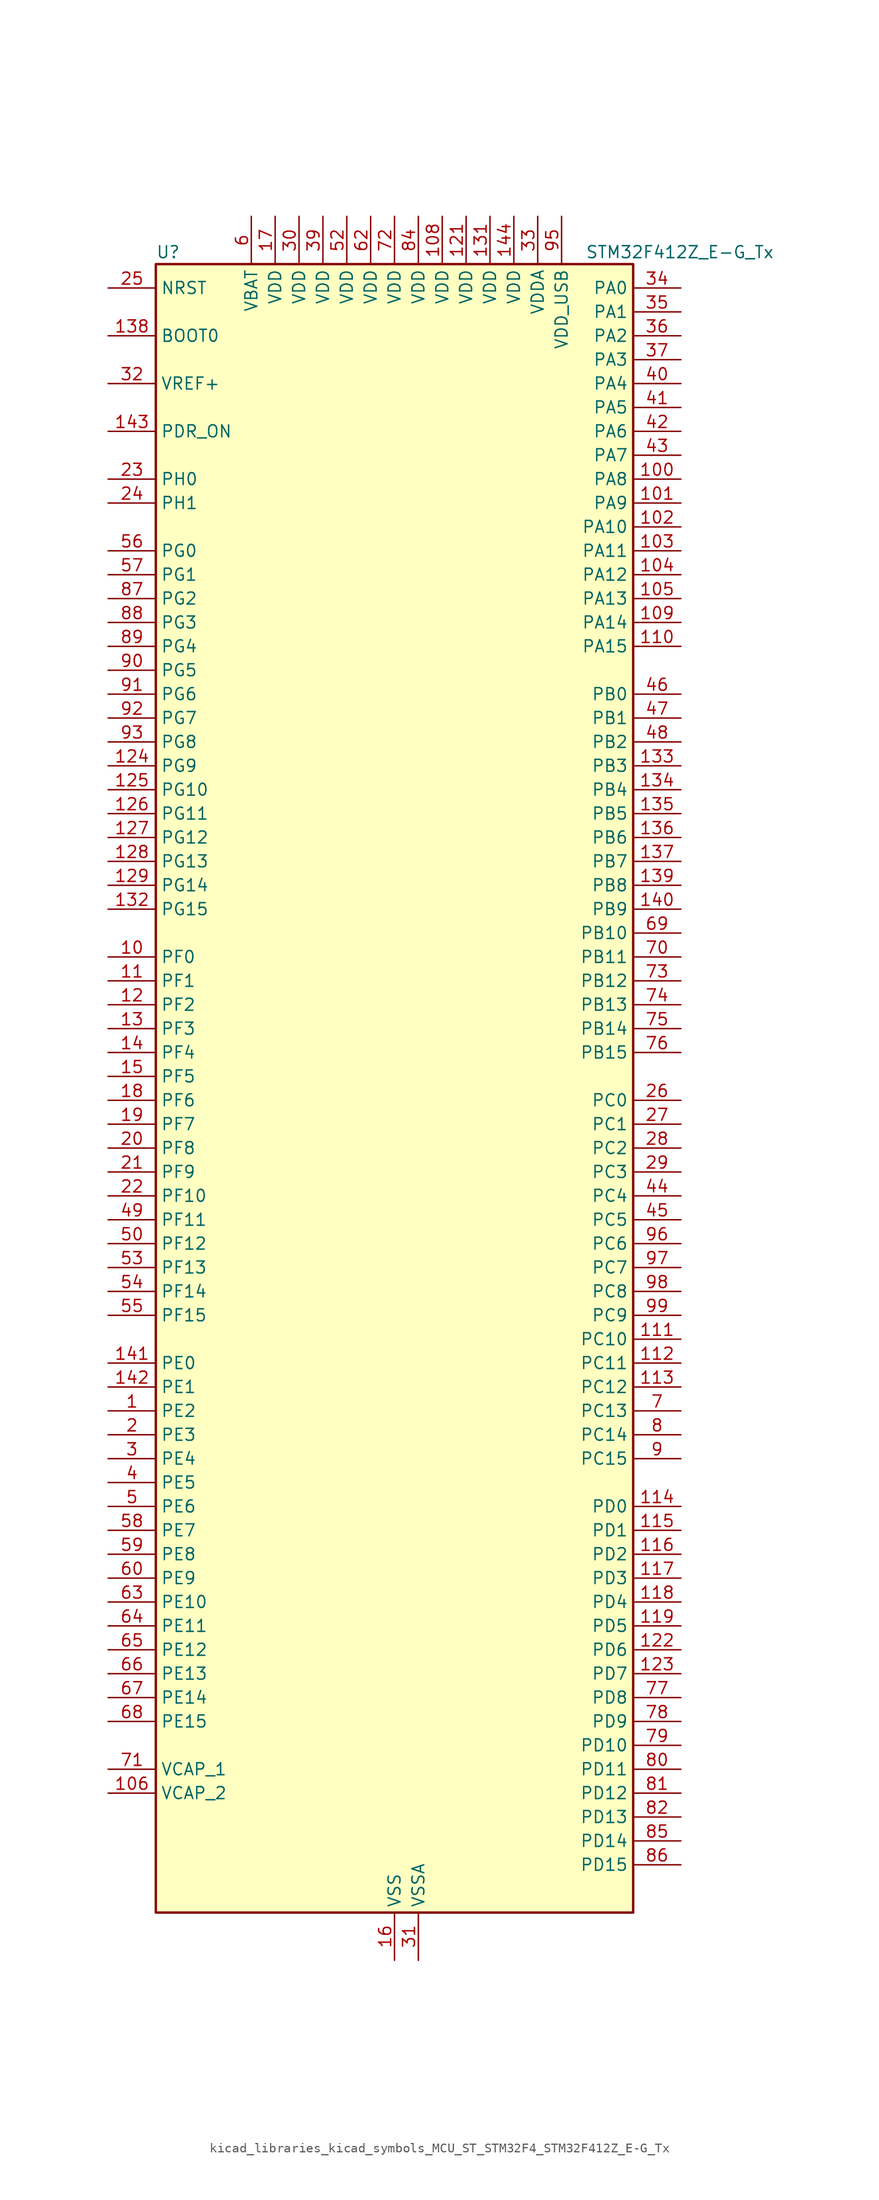
<source format=kicad_sym>
(kicad_symbol_lib
  (version 20220914)
  (generator kicad_symbol_editor)
  (symbol "kicad_libraries_kicad_symbols_MCU_ST_STM32F4_STM32F412Z_E-G_Tx"
    (property "Reference" "U"
      (at -25.4 90.17 0)
      (effects (font (size 1.27 1.27)) (justify left)))
    (property "Value" "STM32F412Z_E-G_Tx"
      (at 20.32 90.17 0)
      (effects (font (size 1.27 1.27)) (justify left)))
    (property "ki_locked" ""
      (at 0 0 0)
      (effects (font (size 1.27 1.27))))
    (symbol "kicad_libraries_kicad_symbols_MCU_ST_STM32F4_STM32F412Z_E-G_Tx_0_1"
      (rectangle (start -25.4 -86.36) (end 25.4 88.9) (stroke (width 0.254) (type default)) (fill (type background))))
    (symbol "kicad_libraries_kicad_symbols_MCU_ST_STM32F4_STM32F412Z_E-G_Tx_1_1"
      (pin bidirectional line (at -30.48 -33.02 0) (length 5.08) (name "PE2" (effects (font (size 1.27 1.27)))) (number "1" (effects (font (size 1.27 1.27)))) (alternate "FSMC_A23" bidirectional line) (alternate "I2S4_CK" bidirectional line) (alternate "I2S5_CK" bidirectional line) (alternate "QUADSPI_BK1_IO2" bidirectional line) (alternate "SPI4_SCK" bidirectional line) (alternate "SPI5_SCK" bidirectional line) (alternate "SYS_TRACECLK" bidirectional line))
      (pin bidirectional line (at -30.48 15.24 0) (length 5.08) (name "PF0" (effects (font (size 1.27 1.27)))) (number "10" (effects (font (size 1.27 1.27)))) (alternate "FSMC_A0" bidirectional line) (alternate "I2C2_SDA" bidirectional line))
      (pin bidirectional line (at 30.48 66.04 180) (length 5.08) (name "PA8" (effects (font (size 1.27 1.27)))) (number "100" (effects (font (size 1.27 1.27)))) (alternate "I2C3_SCL" bidirectional line) (alternate "RCC_MCO_1" bidirectional line) (alternate "SDIO_D1" bidirectional line) (alternate "TIM1_CH1" bidirectional line) (alternate "USART1_CK" bidirectional line) (alternate "USB_OTG_FS_SOF" bidirectional line))
      (pin bidirectional line (at 30.48 63.5 180) (length 5.08) (name "PA9" (effects (font (size 1.27 1.27)))) (number "101" (effects (font (size 1.27 1.27)))) (alternate "I2C3_SMBA" bidirectional line) (alternate "SDIO_D2" bidirectional line) (alternate "TIM1_CH2" bidirectional line) (alternate "USART1_TX" bidirectional line) (alternate "USB_OTG_FS_VBUS" bidirectional line))
      (pin bidirectional line (at 30.48 60.96 180) (length 5.08) (name "PA10" (effects (font (size 1.27 1.27)))) (number "102" (effects (font (size 1.27 1.27)))) (alternate "I2S5_SD" bidirectional line) (alternate "SPI5_MOSI" bidirectional line) (alternate "TIM1_CH3" bidirectional line) (alternate "USART1_RX" bidirectional line) (alternate "USB_OTG_FS_ID" bidirectional line))
      (pin bidirectional line (at 30.48 58.42 180) (length 5.08) (name "PA11" (effects (font (size 1.27 1.27)))) (number "103" (effects (font (size 1.27 1.27)))) (alternate "ADC1_EXTI11" bidirectional line) (alternate "CAN1_RX" bidirectional line) (alternate "SPI4_MISO" bidirectional line) (alternate "TIM1_CH4" bidirectional line) (alternate "USART1_CTS" bidirectional line) (alternate "USART6_TX" bidirectional line) (alternate "USB_OTG_FS_DM" bidirectional line))
      (pin bidirectional line (at 30.48 55.88 180) (length 5.08) (name "PA12" (effects (font (size 1.27 1.27)))) (number "104" (effects (font (size 1.27 1.27)))) (alternate "CAN1_TX" bidirectional line) (alternate "SPI5_MISO" bidirectional line) (alternate "TIM1_ETR" bidirectional line) (alternate "USART1_RTS" bidirectional line) (alternate "USART6_RX" bidirectional line) (alternate "USB_OTG_FS_DP" bidirectional line))
      (pin bidirectional line (at 30.48 53.34 180) (length 5.08) (name "PA13" (effects (font (size 1.27 1.27)))) (number "105" (effects (font (size 1.27 1.27)))) (alternate "SYS_JTMS-SWDIO" bidirectional line))
      (pin power_out line (at -30.48 -73.66 0) (length 5.08) (name "VCAP_2" (effects (font (size 1.27 1.27)))) (number "106" (effects (font (size 1.27 1.27)))))
      (pin passive line (at 0 -91.44 90) (length 5.08) hide (name "VSS" (effects (font (size 1.27 1.27)))) (number "107" (effects (font (size 1.27 1.27)))))
      (pin power_in line (at 5.08 93.98 270) (length 5.08) (name "VDD" (effects (font (size 1.27 1.27)))) (number "108" (effects (font (size 1.27 1.27)))))
      (pin bidirectional line (at 30.48 50.8 180) (length 5.08) (name "PA14" (effects (font (size 1.27 1.27)))) (number "109" (effects (font (size 1.27 1.27)))) (alternate "SYS_JTCK-SWCLK" bidirectional line))
      (pin bidirectional line (at -30.48 12.7 0) (length 5.08) (name "PF1" (effects (font (size 1.27 1.27)))) (number "11" (effects (font (size 1.27 1.27)))) (alternate "FSMC_A1" bidirectional line) (alternate "I2C2_SCL" bidirectional line))
      (pin bidirectional line (at 30.48 48.26 180) (length 5.08) (name "PA15" (effects (font (size 1.27 1.27)))) (number "110" (effects (font (size 1.27 1.27)))) (alternate "ADC1_EXTI15" bidirectional line) (alternate "I2S1_WS" bidirectional line) (alternate "I2S3_WS" bidirectional line) (alternate "SPI1_NSS" bidirectional line) (alternate "SPI3_NSS" bidirectional line) (alternate "SYS_JTDI" bidirectional line) (alternate "TIM2_CH1" bidirectional line) (alternate "TIM2_ETR" bidirectional line) (alternate "USART1_TX" bidirectional line))
      (pin bidirectional line (at 30.48 -25.4 180) (length 5.08) (name "PC10" (effects (font (size 1.27 1.27)))) (number "111" (effects (font (size 1.27 1.27)))) (alternate "I2S3_CK" bidirectional line) (alternate "QUADSPI_BK1_IO1" bidirectional line) (alternate "SDIO_D2" bidirectional line) (alternate "SPI3_SCK" bidirectional line) (alternate "USART3_TX" bidirectional line))
      (pin bidirectional line (at 30.48 -27.94 180) (length 5.08) (name "PC11" (effects (font (size 1.27 1.27)))) (number "112" (effects (font (size 1.27 1.27)))) (alternate "ADC1_EXTI11" bidirectional line) (alternate "FSMC_D2" bidirectional line) (alternate "FSMC_DA2" bidirectional line) (alternate "I2S3_ext_SD" bidirectional line) (alternate "QUADSPI_BK2_NCS" bidirectional line) (alternate "SDIO_D3" bidirectional line) (alternate "SPI3_MISO" bidirectional line) (alternate "USART3_RX" bidirectional line))
      (pin bidirectional line (at 30.48 -30.48 180) (length 5.08) (name "PC12" (effects (font (size 1.27 1.27)))) (number "113" (effects (font (size 1.27 1.27)))) (alternate "FSMC_D3" bidirectional line) (alternate "FSMC_DA3" bidirectional line) (alternate "I2S3_SD" bidirectional line) (alternate "SDIO_CK" bidirectional line) (alternate "SPI3_MOSI" bidirectional line) (alternate "USART3_CK" bidirectional line))
      (pin bidirectional line (at 30.48 -43.18 180) (length 5.08) (name "PD0" (effects (font (size 1.27 1.27)))) (number "114" (effects (font (size 1.27 1.27)))) (alternate "CAN1_RX" bidirectional line) (alternate "FSMC_D2" bidirectional line) (alternate "FSMC_DA2" bidirectional line))
      (pin bidirectional line (at 30.48 -45.72 180) (length 5.08) (name "PD1" (effects (font (size 1.27 1.27)))) (number "115" (effects (font (size 1.27 1.27)))) (alternate "CAN1_TX" bidirectional line) (alternate "FSMC_D3" bidirectional line) (alternate "FSMC_DA3" bidirectional line))
      (pin bidirectional line (at 30.48 -48.26 180) (length 5.08) (name "PD2" (effects (font (size 1.27 1.27)))) (number "116" (effects (font (size 1.27 1.27)))) (alternate "FSMC_NWE" bidirectional line) (alternate "SDIO_CMD" bidirectional line) (alternate "TIM3_ETR" bidirectional line))
      (pin bidirectional line (at 30.48 -50.8 180) (length 5.08) (name "PD3" (effects (font (size 1.27 1.27)))) (number "117" (effects (font (size 1.27 1.27)))) (alternate "DFSDM1_DATIN0" bidirectional line) (alternate "FSMC_CLK" bidirectional line) (alternate "I2S2_CK" bidirectional line) (alternate "QUADSPI_CLK" bidirectional line) (alternate "SPI2_SCK" bidirectional line) (alternate "SYS_TRACED1" bidirectional line) (alternate "USART2_CTS" bidirectional line))
      (pin bidirectional line (at 30.48 -53.34 180) (length 5.08) (name "PD4" (effects (font (size 1.27 1.27)))) (number "118" (effects (font (size 1.27 1.27)))) (alternate "DFSDM1_CKIN0" bidirectional line) (alternate "FSMC_NOE" bidirectional line) (alternate "USART2_RTS" bidirectional line))
      (pin bidirectional line (at 30.48 -55.88 180) (length 5.08) (name "PD5" (effects (font (size 1.27 1.27)))) (number "119" (effects (font (size 1.27 1.27)))) (alternate "FSMC_NWE" bidirectional line) (alternate "USART2_TX" bidirectional line))
      (pin bidirectional line (at -30.48 10.16 0) (length 5.08) (name "PF2" (effects (font (size 1.27 1.27)))) (number "12" (effects (font (size 1.27 1.27)))) (alternate "FSMC_A2" bidirectional line) (alternate "I2C2_SMBA" bidirectional line))
      (pin passive line (at 0 -91.44 90) (length 5.08) hide (name "VSS" (effects (font (size 1.27 1.27)))) (number "120" (effects (font (size 1.27 1.27)))))
      (pin power_in line (at 7.62 93.98 270) (length 5.08) (name "VDD" (effects (font (size 1.27 1.27)))) (number "121" (effects (font (size 1.27 1.27)))))
      (pin bidirectional line (at 30.48 -58.42 180) (length 5.08) (name "PD6" (effects (font (size 1.27 1.27)))) (number "122" (effects (font (size 1.27 1.27)))) (alternate "DFSDM1_DATIN1" bidirectional line) (alternate "FSMC_NWAIT" bidirectional line) (alternate "I2S3_SD" bidirectional line) (alternate "SPI3_MOSI" bidirectional line) (alternate "USART2_RX" bidirectional line))
      (pin bidirectional line (at 30.48 -60.96 180) (length 5.08) (name "PD7" (effects (font (size 1.27 1.27)))) (number "123" (effects (font (size 1.27 1.27)))) (alternate "DFSDM1_CKIN1" bidirectional line) (alternate "FSMC_NE1" bidirectional line) (alternate "USART2_CK" bidirectional line))
      (pin bidirectional line (at -30.48 35.56 0) (length 5.08) (name "PG9" (effects (font (size 1.27 1.27)))) (number "124" (effects (font (size 1.27 1.27)))) (alternate "FSMC_NE2" bidirectional line) (alternate "QUADSPI_BK2_IO2" bidirectional line) (alternate "USART6_RX" bidirectional line))
      (pin bidirectional line (at -30.48 33.02 0) (length 5.08) (name "PG10" (effects (font (size 1.27 1.27)))) (number "125" (effects (font (size 1.27 1.27)))) (alternate "FSMC_NE3" bidirectional line))
      (pin bidirectional line (at -30.48 30.48 0) (length 5.08) (name "PG11" (effects (font (size 1.27 1.27)))) (number "126" (effects (font (size 1.27 1.27)))) (alternate "ADC1_EXTI11" bidirectional line) (alternate "CAN2_RX" bidirectional line))
      (pin bidirectional line (at -30.48 27.94 0) (length 5.08) (name "PG12" (effects (font (size 1.27 1.27)))) (number "127" (effects (font (size 1.27 1.27)))) (alternate "CAN2_TX" bidirectional line) (alternate "FSMC_NE4" bidirectional line) (alternate "USART6_RTS" bidirectional line))
      (pin bidirectional line (at -30.48 25.4 0) (length 5.08) (name "PG13" (effects (font (size 1.27 1.27)))) (number "128" (effects (font (size 1.27 1.27)))) (alternate "FSMC_A24" bidirectional line) (alternate "SYS_TRACED2" bidirectional line) (alternate "USART6_CTS" bidirectional line))
      (pin bidirectional line (at -30.48 22.86 0) (length 5.08) (name "PG14" (effects (font (size 1.27 1.27)))) (number "129" (effects (font (size 1.27 1.27)))) (alternate "FSMC_A25" bidirectional line) (alternate "QUADSPI_BK2_IO3" bidirectional line) (alternate "SYS_TRACED3" bidirectional line) (alternate "USART6_TX" bidirectional line))
      (pin bidirectional line (at -30.48 7.62 0) (length 5.08) (name "PF3" (effects (font (size 1.27 1.27)))) (number "13" (effects (font (size 1.27 1.27)))) (alternate "FSMC_A3" bidirectional line) (alternate "TIM5_CH1" bidirectional line))
      (pin passive line (at 0 -91.44 90) (length 5.08) hide (name "VSS" (effects (font (size 1.27 1.27)))) (number "130" (effects (font (size 1.27 1.27)))))
      (pin power_in line (at 10.16 93.98 270) (length 5.08) (name "VDD" (effects (font (size 1.27 1.27)))) (number "131" (effects (font (size 1.27 1.27)))))
      (pin bidirectional line (at -30.48 20.32 0) (length 5.08) (name "PG15" (effects (font (size 1.27 1.27)))) (number "132" (effects (font (size 1.27 1.27)))) (alternate "ADC1_EXTI15" bidirectional line) (alternate "USART6_CTS" bidirectional line))
      (pin bidirectional line (at 30.48 35.56 180) (length 5.08) (name "PB3" (effects (font (size 1.27 1.27)))) (number "133" (effects (font (size 1.27 1.27)))) (alternate "FMPI2C1_SDA" bidirectional line) (alternate "I2C2_SDA" bidirectional line) (alternate "I2S1_CK" bidirectional line) (alternate "I2S3_CK" bidirectional line) (alternate "SPI1_SCK" bidirectional line) (alternate "SPI3_SCK" bidirectional line) (alternate "SYS_JTDO-SWO" bidirectional line) (alternate "TIM2_CH2" bidirectional line) (alternate "USART1_RX" bidirectional line))
      (pin bidirectional line (at 30.48 33.02 180) (length 5.08) (name "PB4" (effects (font (size 1.27 1.27)))) (number "134" (effects (font (size 1.27 1.27)))) (alternate "I2C3_SDA" bidirectional line) (alternate "I2S3_ext_SD" bidirectional line) (alternate "SDIO_D0" bidirectional line) (alternate "SPI1_MISO" bidirectional line) (alternate "SPI3_MISO" bidirectional line) (alternate "SYS_JTRST" bidirectional line) (alternate "TIM3_CH1" bidirectional line))
      (pin bidirectional line (at 30.48 30.48 180) (length 5.08) (name "PB5" (effects (font (size 1.27 1.27)))) (number "135" (effects (font (size 1.27 1.27)))) (alternate "CAN2_RX" bidirectional line) (alternate "I2C1_SMBA" bidirectional line) (alternate "I2S1_SD" bidirectional line) (alternate "I2S3_SD" bidirectional line) (alternate "SDIO_D3" bidirectional line) (alternate "SPI1_MOSI" bidirectional line) (alternate "SPI3_MOSI" bidirectional line) (alternate "TIM3_CH2" bidirectional line))
      (pin bidirectional line (at 30.48 27.94 180) (length 5.08) (name "PB6" (effects (font (size 1.27 1.27)))) (number "136" (effects (font (size 1.27 1.27)))) (alternate "CAN2_TX" bidirectional line) (alternate "I2C1_SCL" bidirectional line) (alternate "QUADSPI_BK1_NCS" bidirectional line) (alternate "SDIO_D0" bidirectional line) (alternate "TIM4_CH1" bidirectional line) (alternate "USART1_TX" bidirectional line))
      (pin bidirectional line (at 30.48 25.4 180) (length 5.08) (name "PB7" (effects (font (size 1.27 1.27)))) (number "137" (effects (font (size 1.27 1.27)))) (alternate "FSMC_NL" bidirectional line) (alternate "I2C1_SDA" bidirectional line) (alternate "TIM4_CH2" bidirectional line) (alternate "USART1_RX" bidirectional line))
      (pin input line (at -30.48 81.28 0) (length 5.08) (name "BOOT0" (effects (font (size 1.27 1.27)))) (number "138" (effects (font (size 1.27 1.27)))))
      (pin bidirectional line (at 30.48 22.86 180) (length 5.08) (name "PB8" (effects (font (size 1.27 1.27)))) (number "139" (effects (font (size 1.27 1.27)))) (alternate "CAN1_RX" bidirectional line) (alternate "I2C1_SCL" bidirectional line) (alternate "I2C3_SDA" bidirectional line) (alternate "I2S5_SD" bidirectional line) (alternate "SDIO_D4" bidirectional line) (alternate "SPI5_MOSI" bidirectional line) (alternate "TIM10_CH1" bidirectional line) (alternate "TIM4_CH3" bidirectional line))
      (pin bidirectional line (at -30.48 5.08 0) (length 5.08) (name "PF4" (effects (font (size 1.27 1.27)))) (number "14" (effects (font (size 1.27 1.27)))) (alternate "FSMC_A4" bidirectional line) (alternate "TIM5_CH2" bidirectional line))
      (pin bidirectional line (at 30.48 20.32 180) (length 5.08) (name "PB9" (effects (font (size 1.27 1.27)))) (number "140" (effects (font (size 1.27 1.27)))) (alternate "CAN1_TX" bidirectional line) (alternate "I2C1_SDA" bidirectional line) (alternate "I2C2_SDA" bidirectional line) (alternate "I2S2_WS" bidirectional line) (alternate "SDIO_D5" bidirectional line) (alternate "SPI2_NSS" bidirectional line) (alternate "TIM11_CH1" bidirectional line) (alternate "TIM4_CH4" bidirectional line))
      (pin bidirectional line (at -30.48 -27.94 0) (length 5.08) (name "PE0" (effects (font (size 1.27 1.27)))) (number "141" (effects (font (size 1.27 1.27)))) (alternate "FSMC_NBL0" bidirectional line) (alternate "TIM4_ETR" bidirectional line))
      (pin bidirectional line (at -30.48 -30.48 0) (length 5.08) (name "PE1" (effects (font (size 1.27 1.27)))) (number "142" (effects (font (size 1.27 1.27)))) (alternate "FSMC_NBL1" bidirectional line))
      (pin input line (at -30.48 71.12 0) (length 5.08) (name "PDR_ON" (effects (font (size 1.27 1.27)))) (number "143" (effects (font (size 1.27 1.27)))))
      (pin power_in line (at 12.7 93.98 270) (length 5.08) (name "VDD" (effects (font (size 1.27 1.27)))) (number "144" (effects (font (size 1.27 1.27)))))
      (pin bidirectional line (at -30.48 2.54 0) (length 5.08) (name "PF5" (effects (font (size 1.27 1.27)))) (number "15" (effects (font (size 1.27 1.27)))) (alternate "FSMC_A5" bidirectional line) (alternate "TIM5_CH3" bidirectional line))
      (pin power_in line (at 0 -91.44 90) (length 5.08) (name "VSS" (effects (font (size 1.27 1.27)))) (number "16" (effects (font (size 1.27 1.27)))))
      (pin power_in line (at -12.7 93.98 270) (length 5.08) (name "VDD" (effects (font (size 1.27 1.27)))) (number "17" (effects (font (size 1.27 1.27)))))
      (pin bidirectional line (at -30.48 0 0) (length 5.08) (name "PF6" (effects (font (size 1.27 1.27)))) (number "18" (effects (font (size 1.27 1.27)))) (alternate "QUADSPI_BK1_IO3" bidirectional line) (alternate "SYS_TRACED0" bidirectional line) (alternate "TIM10_CH1" bidirectional line))
      (pin bidirectional line (at -30.48 -2.54 0) (length 5.08) (name "PF7" (effects (font (size 1.27 1.27)))) (number "19" (effects (font (size 1.27 1.27)))) (alternate "QUADSPI_BK1_IO2" bidirectional line) (alternate "SYS_TRACED1" bidirectional line) (alternate "TIM11_CH1" bidirectional line))
      (pin bidirectional line (at -30.48 -35.56 0) (length 5.08) (name "PE3" (effects (font (size 1.27 1.27)))) (number "2" (effects (font (size 1.27 1.27)))) (alternate "FSMC_A19" bidirectional line) (alternate "SYS_TRACED0" bidirectional line))
      (pin bidirectional line (at -30.48 -5.08 0) (length 5.08) (name "PF8" (effects (font (size 1.27 1.27)))) (number "20" (effects (font (size 1.27 1.27)))) (alternate "QUADSPI_BK1_IO0" bidirectional line) (alternate "TIM13_CH1" bidirectional line))
      (pin bidirectional line (at -30.48 -7.62 0) (length 5.08) (name "PF9" (effects (font (size 1.27 1.27)))) (number "21" (effects (font (size 1.27 1.27)))) (alternate "QUADSPI_BK1_IO1" bidirectional line) (alternate "TIM14_CH1" bidirectional line))
      (pin bidirectional line (at -30.48 -10.16 0) (length 5.08) (name "PF10" (effects (font (size 1.27 1.27)))) (number "22" (effects (font (size 1.27 1.27)))) (alternate "TIM1_ETR" bidirectional line) (alternate "TIM5_CH4" bidirectional line))
      (pin bidirectional line (at -30.48 66.04 0) (length 5.08) (name "PH0" (effects (font (size 1.27 1.27)))) (number "23" (effects (font (size 1.27 1.27)))) (alternate "RCC_OSC_IN" bidirectional line))
      (pin bidirectional line (at -30.48 63.5 0) (length 5.08) (name "PH1" (effects (font (size 1.27 1.27)))) (number "24" (effects (font (size 1.27 1.27)))) (alternate "RCC_OSC_OUT" bidirectional line))
      (pin input line (at -30.48 86.36 0) (length 5.08) (name "NRST" (effects (font (size 1.27 1.27)))) (number "25" (effects (font (size 1.27 1.27)))))
      (pin bidirectional line (at 30.48 0 180) (length 5.08) (name "PC0" (effects (font (size 1.27 1.27)))) (number "26" (effects (font (size 1.27 1.27)))) (alternate "ADC1_IN10" bidirectional line) (alternate "SYS_WKUP2" bidirectional line))
      (pin bidirectional line (at 30.48 -2.54 180) (length 5.08) (name "PC1" (effects (font (size 1.27 1.27)))) (number "27" (effects (font (size 1.27 1.27)))) (alternate "ADC1_IN11" bidirectional line) (alternate "SYS_WKUP3" bidirectional line))
      (pin bidirectional line (at 30.48 -5.08 180) (length 5.08) (name "PC2" (effects (font (size 1.27 1.27)))) (number "28" (effects (font (size 1.27 1.27)))) (alternate "ADC1_IN12" bidirectional line) (alternate "DFSDM1_CKOUT" bidirectional line) (alternate "FSMC_NWE" bidirectional line) (alternate "I2S2_ext_SD" bidirectional line) (alternate "SPI2_MISO" bidirectional line))
      (pin bidirectional line (at 30.48 -7.62 180) (length 5.08) (name "PC3" (effects (font (size 1.27 1.27)))) (number "29" (effects (font (size 1.27 1.27)))) (alternate "ADC1_IN13" bidirectional line) (alternate "FSMC_A0" bidirectional line) (alternate "I2S2_SD" bidirectional line) (alternate "SPI2_MOSI" bidirectional line))
      (pin bidirectional line (at -30.48 -38.1 0) (length 5.08) (name "PE4" (effects (font (size 1.27 1.27)))) (number "3" (effects (font (size 1.27 1.27)))) (alternate "DFSDM1_DATIN3" bidirectional line) (alternate "FSMC_A20" bidirectional line) (alternate "I2S4_WS" bidirectional line) (alternate "I2S5_WS" bidirectional line) (alternate "SPI4_NSS" bidirectional line) (alternate "SPI5_NSS" bidirectional line) (alternate "SYS_TRACED1" bidirectional line))
      (pin power_in line (at -10.16 93.98 270) (length 5.08) (name "VDD" (effects (font (size 1.27 1.27)))) (number "30" (effects (font (size 1.27 1.27)))))
      (pin power_in line (at 2.54 -91.44 90) (length 5.08) (name "VSSA" (effects (font (size 1.27 1.27)))) (number "31" (effects (font (size 1.27 1.27)))))
      (pin input line (at -30.48 76.2 0) (length 5.08) (name "VREF+" (effects (font (size 1.27 1.27)))) (number "32" (effects (font (size 1.27 1.27)))))
      (pin power_in line (at 15.24 93.98 270) (length 5.08) (name "VDDA" (effects (font (size 1.27 1.27)))) (number "33" (effects (font (size 1.27 1.27)))))
      (pin bidirectional line (at 30.48 86.36 180) (length 5.08) (name "PA0" (effects (font (size 1.27 1.27)))) (number "34" (effects (font (size 1.27 1.27)))) (alternate "ADC1_IN0" bidirectional line) (alternate "SYS_WKUP1" bidirectional line) (alternate "TIM2_CH1" bidirectional line) (alternate "TIM2_ETR" bidirectional line) (alternate "TIM5_CH1" bidirectional line) (alternate "TIM8_ETR" bidirectional line) (alternate "USART2_CTS" bidirectional line))
      (pin bidirectional line (at 30.48 83.82 180) (length 5.08) (name "PA1" (effects (font (size 1.27 1.27)))) (number "35" (effects (font (size 1.27 1.27)))) (alternate "ADC1_IN1" bidirectional line) (alternate "I2S4_SD" bidirectional line) (alternate "QUADSPI_BK1_IO3" bidirectional line) (alternate "SPI4_MOSI" bidirectional line) (alternate "TIM2_CH2" bidirectional line) (alternate "TIM5_CH2" bidirectional line) (alternate "USART2_RTS" bidirectional line))
      (pin bidirectional line (at 30.48 81.28 180) (length 5.08) (name "PA2" (effects (font (size 1.27 1.27)))) (number "36" (effects (font (size 1.27 1.27)))) (alternate "ADC1_IN2" bidirectional line) (alternate "FSMC_D4" bidirectional line) (alternate "FSMC_DA4" bidirectional line) (alternate "I2S_CKIN" bidirectional line) (alternate "TIM2_CH3" bidirectional line) (alternate "TIM5_CH3" bidirectional line) (alternate "TIM9_CH1" bidirectional line) (alternate "USART2_TX" bidirectional line))
      (pin bidirectional line (at 30.48 78.74 180) (length 5.08) (name "PA3" (effects (font (size 1.27 1.27)))) (number "37" (effects (font (size 1.27 1.27)))) (alternate "ADC1_IN3" bidirectional line) (alternate "FSMC_D5" bidirectional line) (alternate "FSMC_DA5" bidirectional line) (alternate "I2S2_MCK" bidirectional line) (alternate "TIM2_CH4" bidirectional line) (alternate "TIM5_CH4" bidirectional line) (alternate "TIM9_CH2" bidirectional line) (alternate "USART2_RX" bidirectional line))
      (pin passive line (at 0 -91.44 90) (length 5.08) hide (name "VSS" (effects (font (size 1.27 1.27)))) (number "38" (effects (font (size 1.27 1.27)))))
      (pin power_in line (at -7.62 93.98 270) (length 5.08) (name "VDD" (effects (font (size 1.27 1.27)))) (number "39" (effects (font (size 1.27 1.27)))))
      (pin bidirectional line (at -30.48 -40.64 0) (length 5.08) (name "PE5" (effects (font (size 1.27 1.27)))) (number "4" (effects (font (size 1.27 1.27)))) (alternate "DFSDM1_CKIN3" bidirectional line) (alternate "FSMC_A21" bidirectional line) (alternate "SPI4_MISO" bidirectional line) (alternate "SPI5_MISO" bidirectional line) (alternate "SYS_TRACED2" bidirectional line) (alternate "TIM9_CH1" bidirectional line))
      (pin bidirectional line (at 30.48 76.2 180) (length 5.08) (name "PA4" (effects (font (size 1.27 1.27)))) (number "40" (effects (font (size 1.27 1.27)))) (alternate "ADC1_IN4" bidirectional line) (alternate "DFSDM1_DATIN1" bidirectional line) (alternate "FSMC_D6" bidirectional line) (alternate "FSMC_DA6" bidirectional line) (alternate "I2S1_WS" bidirectional line) (alternate "I2S3_WS" bidirectional line) (alternate "SPI1_NSS" bidirectional line) (alternate "SPI3_NSS" bidirectional line) (alternate "USART2_CK" bidirectional line))
      (pin bidirectional line (at 30.48 73.66 180) (length 5.08) (name "PA5" (effects (font (size 1.27 1.27)))) (number "41" (effects (font (size 1.27 1.27)))) (alternate "ADC1_IN5" bidirectional line) (alternate "DFSDM1_CKIN1" bidirectional line) (alternate "FSMC_D7" bidirectional line) (alternate "FSMC_DA7" bidirectional line) (alternate "I2S1_CK" bidirectional line) (alternate "SPI1_SCK" bidirectional line) (alternate "TIM2_CH1" bidirectional line) (alternate "TIM2_ETR" bidirectional line) (alternate "TIM8_CH1N" bidirectional line))
      (pin bidirectional line (at 30.48 71.12 180) (length 5.08) (name "PA6" (effects (font (size 1.27 1.27)))) (number "42" (effects (font (size 1.27 1.27)))) (alternate "ADC1_IN6" bidirectional line) (alternate "I2S2_MCK" bidirectional line) (alternate "QUADSPI_BK2_IO0" bidirectional line) (alternate "SDIO_CMD" bidirectional line) (alternate "SPI1_MISO" bidirectional line) (alternate "TIM13_CH1" bidirectional line) (alternate "TIM1_BKIN" bidirectional line) (alternate "TIM3_CH1" bidirectional line) (alternate "TIM8_BKIN" bidirectional line))
      (pin bidirectional line (at 30.48 68.58 180) (length 5.08) (name "PA7" (effects (font (size 1.27 1.27)))) (number "43" (effects (font (size 1.27 1.27)))) (alternate "ADC1_IN7" bidirectional line) (alternate "I2S1_SD" bidirectional line) (alternate "QUADSPI_BK2_IO1" bidirectional line) (alternate "SPI1_MOSI" bidirectional line) (alternate "TIM14_CH1" bidirectional line) (alternate "TIM1_CH1N" bidirectional line) (alternate "TIM3_CH2" bidirectional line) (alternate "TIM8_CH1N" bidirectional line))
      (pin bidirectional line (at 30.48 -10.16 180) (length 5.08) (name "PC4" (effects (font (size 1.27 1.27)))) (number "44" (effects (font (size 1.27 1.27)))) (alternate "ADC1_IN14" bidirectional line) (alternate "FSMC_NE4" bidirectional line) (alternate "I2S1_MCK" bidirectional line) (alternate "QUADSPI_BK2_IO2" bidirectional line))
      (pin bidirectional line (at 30.48 -12.7 180) (length 5.08) (name "PC5" (effects (font (size 1.27 1.27)))) (number "45" (effects (font (size 1.27 1.27)))) (alternate "ADC1_IN15" bidirectional line) (alternate "FMPI2C1_SMBA" bidirectional line) (alternate "FSMC_NOE" bidirectional line) (alternate "QUADSPI_BK2_IO3" bidirectional line) (alternate "USART3_RX" bidirectional line))
      (pin bidirectional line (at 30.48 43.18 180) (length 5.08) (name "PB0" (effects (font (size 1.27 1.27)))) (number "46" (effects (font (size 1.27 1.27)))) (alternate "ADC1_IN8" bidirectional line) (alternate "I2S5_CK" bidirectional line) (alternate "SPI5_SCK" bidirectional line) (alternate "TIM1_CH2N" bidirectional line) (alternate "TIM3_CH3" bidirectional line) (alternate "TIM8_CH2N" bidirectional line))
      (pin bidirectional line (at 30.48 40.64 180) (length 5.08) (name "PB1" (effects (font (size 1.27 1.27)))) (number "47" (effects (font (size 1.27 1.27)))) (alternate "ADC1_IN9" bidirectional line) (alternate "DFSDM1_DATIN0" bidirectional line) (alternate "I2S5_WS" bidirectional line) (alternate "QUADSPI_CLK" bidirectional line) (alternate "SPI5_NSS" bidirectional line) (alternate "TIM1_CH3N" bidirectional line) (alternate "TIM3_CH4" bidirectional line) (alternate "TIM8_CH3N" bidirectional line))
      (pin bidirectional line (at 30.48 38.1 180) (length 5.08) (name "PB2" (effects (font (size 1.27 1.27)))) (number "48" (effects (font (size 1.27 1.27)))) (alternate "DFSDM1_CKIN0" bidirectional line) (alternate "QUADSPI_CLK" bidirectional line))
      (pin bidirectional line (at -30.48 -12.7 0) (length 5.08) (name "PF11" (effects (font (size 1.27 1.27)))) (number "49" (effects (font (size 1.27 1.27)))) (alternate "ADC1_EXTI11" bidirectional line) (alternate "TIM8_ETR" bidirectional line))
      (pin bidirectional line (at -30.48 -43.18 0) (length 5.08) (name "PE6" (effects (font (size 1.27 1.27)))) (number "5" (effects (font (size 1.27 1.27)))) (alternate "FSMC_A22" bidirectional line) (alternate "I2S4_SD" bidirectional line) (alternate "I2S5_SD" bidirectional line) (alternate "SPI4_MOSI" bidirectional line) (alternate "SPI5_MOSI" bidirectional line) (alternate "SYS_TRACED3" bidirectional line) (alternate "TIM9_CH2" bidirectional line))
      (pin bidirectional line (at -30.48 -15.24 0) (length 5.08) (name "PF12" (effects (font (size 1.27 1.27)))) (number "50" (effects (font (size 1.27 1.27)))) (alternate "FSMC_A6" bidirectional line) (alternate "TIM8_BKIN" bidirectional line))
      (pin passive line (at 0 -91.44 90) (length 5.08) hide (name "VSS" (effects (font (size 1.27 1.27)))) (number "51" (effects (font (size 1.27 1.27)))))
      (pin power_in line (at -5.08 93.98 270) (length 5.08) (name "VDD" (effects (font (size 1.27 1.27)))) (number "52" (effects (font (size 1.27 1.27)))))
      (pin bidirectional line (at -30.48 -17.78 0) (length 5.08) (name "PF13" (effects (font (size 1.27 1.27)))) (number "53" (effects (font (size 1.27 1.27)))) (alternate "FMPI2C1_SMBA" bidirectional line) (alternate "FSMC_A7" bidirectional line))
      (pin bidirectional line (at -30.48 -20.32 0) (length 5.08) (name "PF14" (effects (font (size 1.27 1.27)))) (number "54" (effects (font (size 1.27 1.27)))) (alternate "FMPI2C1_SCL" bidirectional line) (alternate "FSMC_A8" bidirectional line))
      (pin bidirectional line (at -30.48 -22.86 0) (length 5.08) (name "PF15" (effects (font (size 1.27 1.27)))) (number "55" (effects (font (size 1.27 1.27)))) (alternate "ADC1_EXTI15" bidirectional line) (alternate "FMPI2C1_SDA" bidirectional line) (alternate "FSMC_A9" bidirectional line))
      (pin bidirectional line (at -30.48 58.42 0) (length 5.08) (name "PG0" (effects (font (size 1.27 1.27)))) (number "56" (effects (font (size 1.27 1.27)))) (alternate "CAN1_RX" bidirectional line) (alternate "FSMC_A10" bidirectional line))
      (pin bidirectional line (at -30.48 55.88 0) (length 5.08) (name "PG1" (effects (font (size 1.27 1.27)))) (number "57" (effects (font (size 1.27 1.27)))) (alternate "CAN1_TX" bidirectional line) (alternate "FSMC_A11" bidirectional line))
      (pin bidirectional line (at -30.48 -45.72 0) (length 5.08) (name "PE7" (effects (font (size 1.27 1.27)))) (number "58" (effects (font (size 1.27 1.27)))) (alternate "DFSDM1_DATIN2" bidirectional line) (alternate "FSMC_D4" bidirectional line) (alternate "FSMC_DA4" bidirectional line) (alternate "QUADSPI_BK2_IO0" bidirectional line) (alternate "TIM1_ETR" bidirectional line))
      (pin bidirectional line (at -30.48 -48.26 0) (length 5.08) (name "PE8" (effects (font (size 1.27 1.27)))) (number "59" (effects (font (size 1.27 1.27)))) (alternate "DFSDM1_CKIN2" bidirectional line) (alternate "FSMC_D5" bidirectional line) (alternate "FSMC_DA5" bidirectional line) (alternate "QUADSPI_BK2_IO1" bidirectional line) (alternate "TIM1_CH1N" bidirectional line))
      (pin power_in line (at -15.24 93.98 270) (length 5.08) (name "VBAT" (effects (font (size 1.27 1.27)))) (number "6" (effects (font (size 1.27 1.27)))))
      (pin bidirectional line (at -30.48 -50.8 0) (length 5.08) (name "PE9" (effects (font (size 1.27 1.27)))) (number "60" (effects (font (size 1.27 1.27)))) (alternate "DFSDM1_CKOUT" bidirectional line) (alternate "FSMC_D6" bidirectional line) (alternate "FSMC_DA6" bidirectional line) (alternate "QUADSPI_BK2_IO2" bidirectional line) (alternate "TIM1_CH1" bidirectional line))
      (pin passive line (at 0 -91.44 90) (length 5.08) hide (name "VSS" (effects (font (size 1.27 1.27)))) (number "61" (effects (font (size 1.27 1.27)))))
      (pin power_in line (at -2.54 93.98 270) (length 5.08) (name "VDD" (effects (font (size 1.27 1.27)))) (number "62" (effects (font (size 1.27 1.27)))))
      (pin bidirectional line (at -30.48 -53.34 0) (length 5.08) (name "PE10" (effects (font (size 1.27 1.27)))) (number "63" (effects (font (size 1.27 1.27)))) (alternate "FSMC_D7" bidirectional line) (alternate "FSMC_DA7" bidirectional line) (alternate "QUADSPI_BK2_IO3" bidirectional line) (alternate "TIM1_CH2N" bidirectional line))
      (pin bidirectional line (at -30.48 -55.88 0) (length 5.08) (name "PE11" (effects (font (size 1.27 1.27)))) (number "64" (effects (font (size 1.27 1.27)))) (alternate "ADC1_EXTI11" bidirectional line) (alternate "FSMC_D8" bidirectional line) (alternate "FSMC_DA8" bidirectional line) (alternate "I2S4_WS" bidirectional line) (alternate "I2S5_WS" bidirectional line) (alternate "SPI4_NSS" bidirectional line) (alternate "SPI5_NSS" bidirectional line) (alternate "TIM1_CH2" bidirectional line))
      (pin bidirectional line (at -30.48 -58.42 0) (length 5.08) (name "PE12" (effects (font (size 1.27 1.27)))) (number "65" (effects (font (size 1.27 1.27)))) (alternate "FSMC_D9" bidirectional line) (alternate "FSMC_DA9" bidirectional line) (alternate "I2S4_CK" bidirectional line) (alternate "I2S5_CK" bidirectional line) (alternate "SPI4_SCK" bidirectional line) (alternate "SPI5_SCK" bidirectional line) (alternate "TIM1_CH3N" bidirectional line))
      (pin bidirectional line (at -30.48 -60.96 0) (length 5.08) (name "PE13" (effects (font (size 1.27 1.27)))) (number "66" (effects (font (size 1.27 1.27)))) (alternate "FSMC_D10" bidirectional line) (alternate "FSMC_DA10" bidirectional line) (alternate "SPI4_MISO" bidirectional line) (alternate "SPI5_MISO" bidirectional line) (alternate "TIM1_CH3" bidirectional line))
      (pin bidirectional line (at -30.48 -63.5 0) (length 5.08) (name "PE14" (effects (font (size 1.27 1.27)))) (number "67" (effects (font (size 1.27 1.27)))) (alternate "FSMC_D11" bidirectional line) (alternate "FSMC_DA11" bidirectional line) (alternate "I2S4_SD" bidirectional line) (alternate "I2S5_SD" bidirectional line) (alternate "SPI4_MOSI" bidirectional line) (alternate "SPI5_MOSI" bidirectional line) (alternate "TIM1_CH4" bidirectional line))
      (pin bidirectional line (at -30.48 -66.04 0) (length 5.08) (name "PE15" (effects (font (size 1.27 1.27)))) (number "68" (effects (font (size 1.27 1.27)))) (alternate "ADC1_EXTI15" bidirectional line) (alternate "FSMC_D12" bidirectional line) (alternate "FSMC_DA12" bidirectional line) (alternate "TIM1_BKIN" bidirectional line))
      (pin bidirectional line (at 30.48 17.78 180) (length 5.08) (name "PB10" (effects (font (size 1.27 1.27)))) (number "69" (effects (font (size 1.27 1.27)))) (alternate "FMPI2C1_SCL" bidirectional line) (alternate "I2C2_SCL" bidirectional line) (alternate "I2S2_CK" bidirectional line) (alternate "I2S3_MCK" bidirectional line) (alternate "SDIO_D7" bidirectional line) (alternate "SPI2_SCK" bidirectional line) (alternate "TIM2_CH3" bidirectional line) (alternate "USART3_TX" bidirectional line))
      (pin bidirectional line (at 30.48 -33.02 180) (length 5.08) (name "PC13" (effects (font (size 1.27 1.27)))) (number "7" (effects (font (size 1.27 1.27)))) (alternate "RTC_AF1" bidirectional line))
      (pin bidirectional line (at 30.48 15.24 180) (length 5.08) (name "PB11" (effects (font (size 1.27 1.27)))) (number "70" (effects (font (size 1.27 1.27)))) (alternate "ADC1_EXTI11" bidirectional line) (alternate "I2C2_SDA" bidirectional line) (alternate "I2S_CKIN" bidirectional line) (alternate "TIM2_CH4" bidirectional line) (alternate "USART3_RX" bidirectional line))
      (pin power_out line (at -30.48 -71.12 0) (length 5.08) (name "VCAP_1" (effects (font (size 1.27 1.27)))) (number "71" (effects (font (size 1.27 1.27)))))
      (pin power_in line (at 0 93.98 270) (length 5.08) (name "VDD" (effects (font (size 1.27 1.27)))) (number "72" (effects (font (size 1.27 1.27)))))
      (pin bidirectional line (at 30.48 12.7 180) (length 5.08) (name "PB12" (effects (font (size 1.27 1.27)))) (number "73" (effects (font (size 1.27 1.27)))) (alternate "CAN2_RX" bidirectional line) (alternate "DFSDM1_DATIN1" bidirectional line) (alternate "FSMC_D13" bidirectional line) (alternate "FSMC_DA13" bidirectional line) (alternate "I2C2_SMBA" bidirectional line) (alternate "I2S2_WS" bidirectional line) (alternate "I2S3_CK" bidirectional line) (alternate "I2S4_WS" bidirectional line) (alternate "SPI2_NSS" bidirectional line) (alternate "SPI3_SCK" bidirectional line) (alternate "SPI4_NSS" bidirectional line) (alternate "TIM1_BKIN" bidirectional line) (alternate "USART3_CK" bidirectional line))
      (pin bidirectional line (at 30.48 10.16 180) (length 5.08) (name "PB13" (effects (font (size 1.27 1.27)))) (number "74" (effects (font (size 1.27 1.27)))) (alternate "CAN2_TX" bidirectional line) (alternate "DFSDM1_CKIN1" bidirectional line) (alternate "FMPI2C1_SMBA" bidirectional line) (alternate "I2S2_CK" bidirectional line) (alternate "I2S4_CK" bidirectional line) (alternate "SPI2_SCK" bidirectional line) (alternate "SPI4_SCK" bidirectional line) (alternate "TIM1_CH1N" bidirectional line) (alternate "USART3_CTS" bidirectional line))
      (pin bidirectional line (at 30.48 7.62 180) (length 5.08) (name "PB14" (effects (font (size 1.27 1.27)))) (number "75" (effects (font (size 1.27 1.27)))) (alternate "DFSDM1_DATIN2" bidirectional line) (alternate "FMPI2C1_SDA" bidirectional line) (alternate "FSMC_D0" bidirectional line) (alternate "FSMC_DA0" bidirectional line) (alternate "I2S2_ext_SD" bidirectional line) (alternate "SDIO_D6" bidirectional line) (alternate "SPI2_MISO" bidirectional line) (alternate "TIM12_CH1" bidirectional line) (alternate "TIM1_CH2N" bidirectional line) (alternate "TIM8_CH2N" bidirectional line) (alternate "USART3_RTS" bidirectional line))
      (pin bidirectional line (at 30.48 5.08 180) (length 5.08) (name "PB15" (effects (font (size 1.27 1.27)))) (number "76" (effects (font (size 1.27 1.27)))) (alternate "ADC1_EXTI15" bidirectional line) (alternate "DFSDM1_CKIN2" bidirectional line) (alternate "FMPI2C1_SCL" bidirectional line) (alternate "I2S2_SD" bidirectional line) (alternate "RTC_REFIN" bidirectional line) (alternate "SDIO_CK" bidirectional line) (alternate "SPI2_MOSI" bidirectional line) (alternate "TIM12_CH2" bidirectional line) (alternate "TIM1_CH3N" bidirectional line) (alternate "TIM8_CH3N" bidirectional line))
      (pin bidirectional line (at 30.48 -63.5 180) (length 5.08) (name "PD8" (effects (font (size 1.27 1.27)))) (number "77" (effects (font (size 1.27 1.27)))) (alternate "FSMC_D13" bidirectional line) (alternate "FSMC_DA13" bidirectional line) (alternate "USART3_TX" bidirectional line))
      (pin bidirectional line (at 30.48 -66.04 180) (length 5.08) (name "PD9" (effects (font (size 1.27 1.27)))) (number "78" (effects (font (size 1.27 1.27)))) (alternate "FSMC_D14" bidirectional line) (alternate "FSMC_DA14" bidirectional line) (alternate "USART3_RX" bidirectional line))
      (pin bidirectional line (at 30.48 -68.58 180) (length 5.08) (name "PD10" (effects (font (size 1.27 1.27)))) (number "79" (effects (font (size 1.27 1.27)))) (alternate "FSMC_D15" bidirectional line) (alternate "FSMC_DA15" bidirectional line) (alternate "USART3_CK" bidirectional line))
      (pin bidirectional line (at 30.48 -35.56 180) (length 5.08) (name "PC14" (effects (font (size 1.27 1.27)))) (number "8" (effects (font (size 1.27 1.27)))) (alternate "RCC_OSC32_IN" bidirectional line))
      (pin bidirectional line (at 30.48 -71.12 180) (length 5.08) (name "PD11" (effects (font (size 1.27 1.27)))) (number "80" (effects (font (size 1.27 1.27)))) (alternate "ADC1_EXTI11" bidirectional line) (alternate "FMPI2C1_SMBA" bidirectional line) (alternate "FSMC_A16" bidirectional line) (alternate "QUADSPI_BK1_IO0" bidirectional line) (alternate "USART3_CTS" bidirectional line))
      (pin bidirectional line (at 30.48 -73.66 180) (length 5.08) (name "PD12" (effects (font (size 1.27 1.27)))) (number "81" (effects (font (size 1.27 1.27)))) (alternate "FMPI2C1_SCL" bidirectional line) (alternate "FSMC_A17" bidirectional line) (alternate "QUADSPI_BK1_IO1" bidirectional line) (alternate "TIM4_CH1" bidirectional line) (alternate "USART3_RTS" bidirectional line))
      (pin bidirectional line (at 30.48 -76.2 180) (length 5.08) (name "PD13" (effects (font (size 1.27 1.27)))) (number "82" (effects (font (size 1.27 1.27)))) (alternate "FMPI2C1_SDA" bidirectional line) (alternate "FSMC_A18" bidirectional line) (alternate "QUADSPI_BK1_IO3" bidirectional line) (alternate "TIM4_CH2" bidirectional line))
      (pin passive line (at 0 -91.44 90) (length 5.08) hide (name "VSS" (effects (font (size 1.27 1.27)))) (number "83" (effects (font (size 1.27 1.27)))))
      (pin power_in line (at 2.54 93.98 270) (length 5.08) (name "VDD" (effects (font (size 1.27 1.27)))) (number "84" (effects (font (size 1.27 1.27)))))
      (pin bidirectional line (at 30.48 -78.74 180) (length 5.08) (name "PD14" (effects (font (size 1.27 1.27)))) (number "85" (effects (font (size 1.27 1.27)))) (alternate "FMPI2C1_SCL" bidirectional line) (alternate "FSMC_D0" bidirectional line) (alternate "FSMC_DA0" bidirectional line) (alternate "TIM4_CH3" bidirectional line))
      (pin bidirectional line (at 30.48 -81.28 180) (length 5.08) (name "PD15" (effects (font (size 1.27 1.27)))) (number "86" (effects (font (size 1.27 1.27)))) (alternate "ADC1_EXTI15" bidirectional line) (alternate "FMPI2C1_SDA" bidirectional line) (alternate "FSMC_D1" bidirectional line) (alternate "FSMC_DA1" bidirectional line) (alternate "TIM4_CH4" bidirectional line))
      (pin bidirectional line (at -30.48 53.34 0) (length 5.08) (name "PG2" (effects (font (size 1.27 1.27)))) (number "87" (effects (font (size 1.27 1.27)))) (alternate "FSMC_A12" bidirectional line))
      (pin bidirectional line (at -30.48 50.8 0) (length 5.08) (name "PG3" (effects (font (size 1.27 1.27)))) (number "88" (effects (font (size 1.27 1.27)))) (alternate "FSMC_A13" bidirectional line))
      (pin bidirectional line (at -30.48 48.26 0) (length 5.08) (name "PG4" (effects (font (size 1.27 1.27)))) (number "89" (effects (font (size 1.27 1.27)))) (alternate "FSMC_A14" bidirectional line))
      (pin bidirectional line (at 30.48 -38.1 180) (length 5.08) (name "PC15" (effects (font (size 1.27 1.27)))) (number "9" (effects (font (size 1.27 1.27)))) (alternate "ADC1_EXTI15" bidirectional line) (alternate "RCC_OSC32_OUT" bidirectional line))
      (pin bidirectional line (at -30.48 45.72 0) (length 5.08) (name "PG5" (effects (font (size 1.27 1.27)))) (number "90" (effects (font (size 1.27 1.27)))) (alternate "FSMC_A15" bidirectional line))
      (pin bidirectional line (at -30.48 43.18 0) (length 5.08) (name "PG6" (effects (font (size 1.27 1.27)))) (number "91" (effects (font (size 1.27 1.27)))) (alternate "QUADSPI_BK1_NCS" bidirectional line))
      (pin bidirectional line (at -30.48 40.64 0) (length 5.08) (name "PG7" (effects (font (size 1.27 1.27)))) (number "92" (effects (font (size 1.27 1.27)))) (alternate "USART6_CK" bidirectional line))
      (pin bidirectional line (at -30.48 38.1 0) (length 5.08) (name "PG8" (effects (font (size 1.27 1.27)))) (number "93" (effects (font (size 1.27 1.27)))) (alternate "USART6_RTS" bidirectional line))
      (pin passive line (at 0 -91.44 90) (length 5.08) hide (name "VSS" (effects (font (size 1.27 1.27)))) (number "94" (effects (font (size 1.27 1.27)))))
      (pin power_in line (at 17.78 93.98 270) (length 5.08) (name "VDD_USB" (effects (font (size 1.27 1.27)))) (number "95" (effects (font (size 1.27 1.27)))))
      (pin bidirectional line (at 30.48 -15.24 180) (length 5.08) (name "PC6" (effects (font (size 1.27 1.27)))) (number "96" (effects (font (size 1.27 1.27)))) (alternate "DFSDM1_CKIN3" bidirectional line) (alternate "FMPI2C1_SCL" bidirectional line) (alternate "FSMC_D1" bidirectional line) (alternate "FSMC_DA1" bidirectional line) (alternate "I2S2_MCK" bidirectional line) (alternate "SDIO_D6" bidirectional line) (alternate "TIM3_CH1" bidirectional line) (alternate "TIM8_CH1" bidirectional line) (alternate "USART6_TX" bidirectional line))
      (pin bidirectional line (at 30.48 -17.78 180) (length 5.08) (name "PC7" (effects (font (size 1.27 1.27)))) (number "97" (effects (font (size 1.27 1.27)))) (alternate "DFSDM1_DATIN3" bidirectional line) (alternate "FMPI2C1_SDA" bidirectional line) (alternate "I2S2_CK" bidirectional line) (alternate "I2S3_MCK" bidirectional line) (alternate "SDIO_D7" bidirectional line) (alternate "SPI2_SCK" bidirectional line) (alternate "TIM3_CH2" bidirectional line) (alternate "TIM8_CH2" bidirectional line) (alternate "USART6_RX" bidirectional line))
      (pin bidirectional line (at 30.48 -20.32 180) (length 5.08) (name "PC8" (effects (font (size 1.27 1.27)))) (number "98" (effects (font (size 1.27 1.27)))) (alternate "QUADSPI_BK1_IO2" bidirectional line) (alternate "SDIO_D0" bidirectional line) (alternate "TIM3_CH3" bidirectional line) (alternate "TIM8_CH3" bidirectional line) (alternate "USART6_CK" bidirectional line))
      (pin bidirectional line (at 30.48 -22.86 180) (length 5.08) (name "PC9" (effects (font (size 1.27 1.27)))) (number "99" (effects (font (size 1.27 1.27)))) (alternate "I2C3_SDA" bidirectional line) (alternate "I2S_CKIN" bidirectional line) (alternate "QUADSPI_BK1_IO0" bidirectional line) (alternate "RCC_MCO_2" bidirectional line) (alternate "SDIO_D1" bidirectional line) (alternate "TIM3_CH4" bidirectional line) (alternate "TIM8_CH4" bidirectional line)))))
</source>
